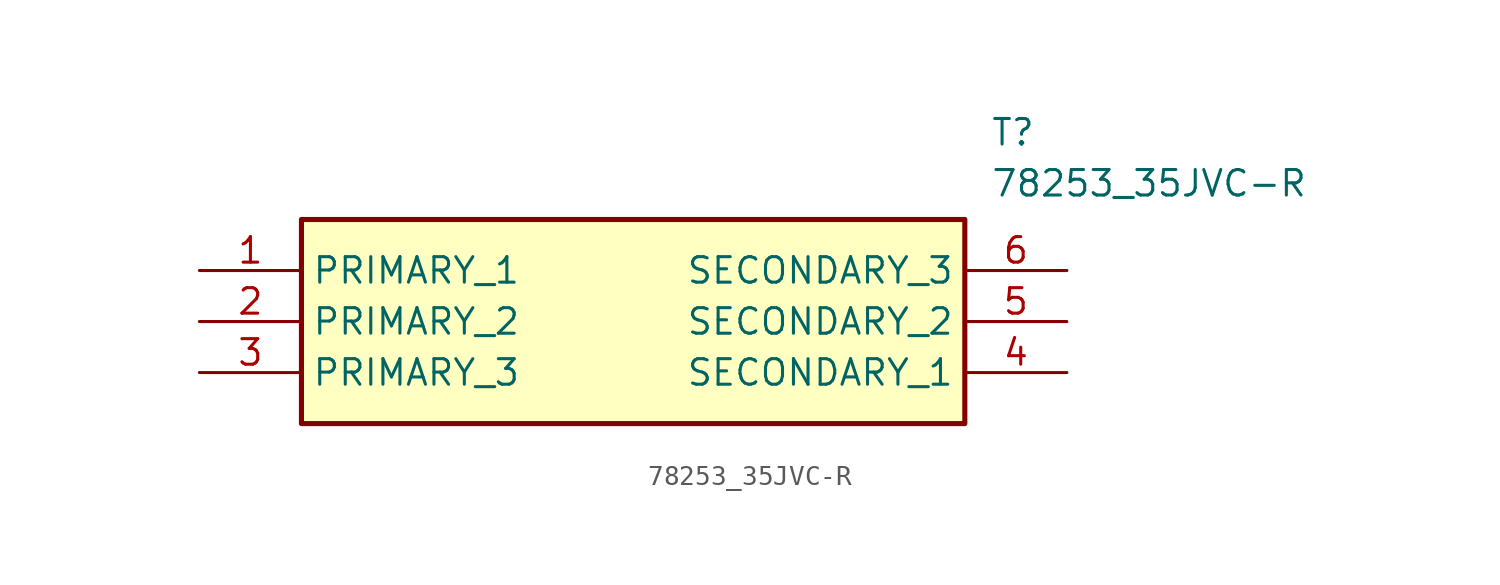
<source format=kicad_sym>
(kicad_symbol_lib
  (version 20211014)
  (generator SamacSys_ECAD_Model)
  (symbol "78253_35JVC-R"
    (property "Reference" "T"
      (at 39.37 7.62 0)
      (effects (font (size 1.27 1.27)) (justify left top)))
    (property "Value" "78253_35JVC-R"
      (at 39.37 5.08 0)
      (effects (font (size 1.27 1.27)) (justify left top)))
    (rectangle
      (start 5.08 2.54)
      (end 38.1 -7.62)
      (stroke (width 0.254) (type default))
      (fill (type background)))
    (pin passive line
      (at 0 0 0)
      (length 5.08)
      (name "PRIMARY_1" (effects (font (size 1.27 1.27))))
      (number "1" (effects (font (size 1.27 1.27)))))
    (pin passive line
      (at 0 -2.54 0)
      (length 5.08)
      (name "PRIMARY_2" (effects (font (size 1.27 1.27))))
      (number "2" (effects (font (size 1.27 1.27)))))
    (pin passive line
      (at 0 -5.08 0)
      (length 5.08)
      (name "PRIMARY_3" (effects (font (size 1.27 1.27))))
      (number "3" (effects (font (size 1.27 1.27)))))
    (pin passive line
      (at 43.18 -5.08 180)
      (length 5.08)
      (name "SECONDARY_1" (effects (font (size 1.27 1.27))))
      (number "4" (effects (font (size 1.27 1.27)))))
    (pin passive line
      (at 43.18 -2.54 180)
      (length 5.08)
      (name "SECONDARY_2" (effects (font (size 1.27 1.27))))
      (number "5" (effects (font (size 1.27 1.27)))))
    (pin passive line
      (at 43.18 0 180)
      (length 5.08)
      (name "SECONDARY_3" (effects (font (size 1.27 1.27))))
      (number "6" (effects (font (size 1.27 1.27)))))))
</source>
